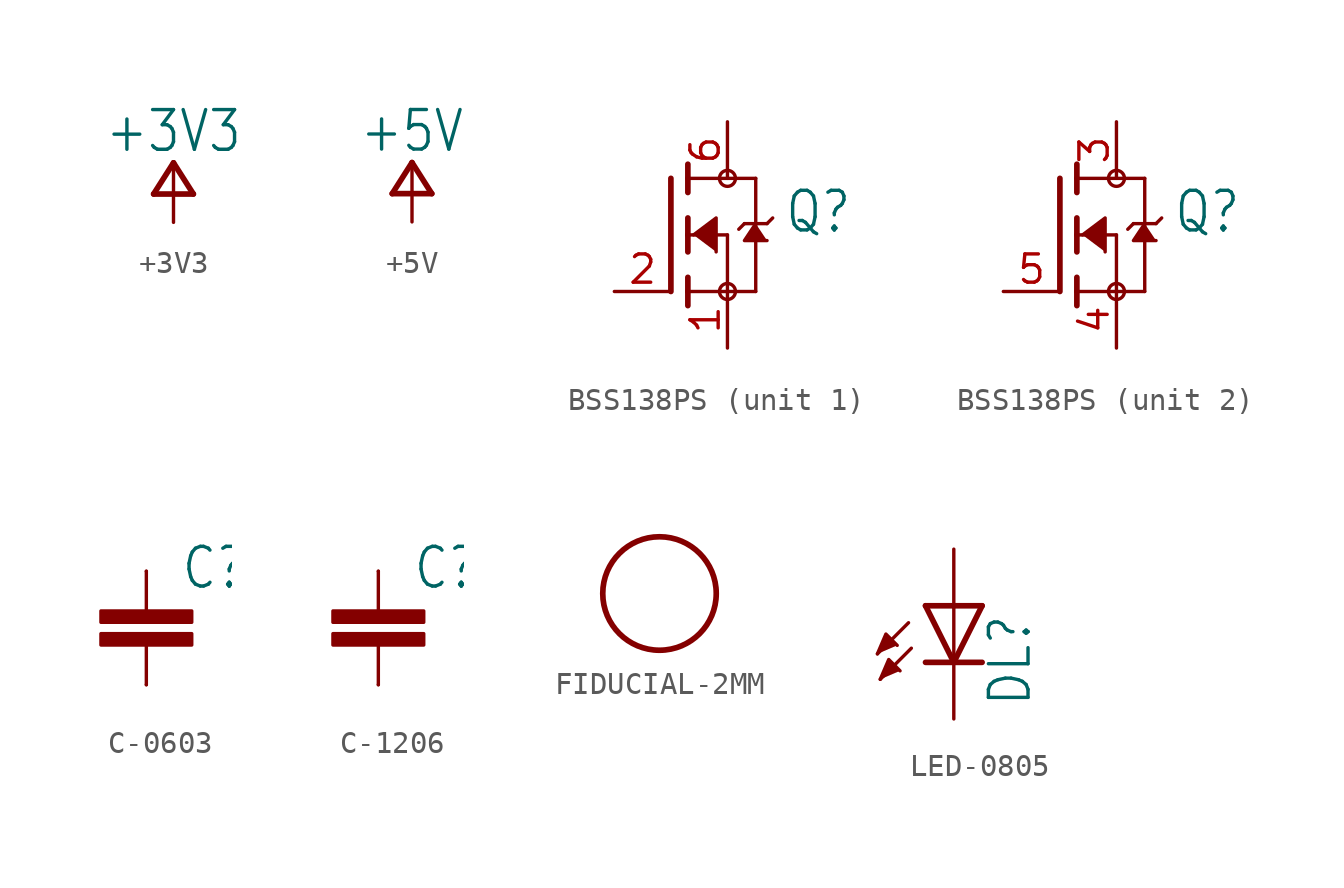
<source format=kicad_sym>
(kicad_symbol_lib
  (version 20220914)
  (generator kicad_symbol_editor)
  (symbol "+3V3"
    (power)
    (property "Reference" "#+3V3"
      (at 0 0 0)
      (effects (font (size 1.27 1.27)) hide))
    (property "Value" "+3V3"
      (at 0 0.508 0)
      (effects (font (size 1.778 1.511)) (justify bottom)))
    (property "ki_locked" ""
      (at 0 0 0)
      (effects (font (size 1.27 1.27))))
    (symbol "+3V3_1_0"
      (polyline (pts (xy -0.889 -1.27) (xy 0.889 -1.27)) (stroke (width 0.254) (type solid)) (fill (type none)))
      (polyline (pts (xy 0 0.127) (xy -0.889 -1.27)) (stroke (width 0.254) (type solid)) (fill (type none)))
      (polyline (pts (xy 0.889 -1.27) (xy 0 0.127)) (stroke (width 0.254) (type solid)) (fill (type none)))
      (pin power_in line (at 0 -2.54 90) (length 2.54) (name "+3V3" (effects (font (size 0 0)))) (number "1" (effects (font (size 0 0)))))))
  (symbol "+5V"
    (power)
    (property "Reference" "#P+"
      (at 0 0 0)
      (effects (font (size 1.27 1.27)) hide))
    (property "Value" "+5V"
      (at 0 0.508 0)
      (effects (font (size 1.778 1.511)) (justify bottom)))
    (property "ki_locked" ""
      (at 0 0 0)
      (effects (font (size 1.27 1.27))))
    (symbol "+5V_1_0"
      (polyline (pts (xy -0.889 -1.27) (xy 0.889 -1.27)) (stroke (width 0.254) (type solid)) (fill (type none)))
      (polyline (pts (xy 0 0.127) (xy -0.889 -1.27)) (stroke (width 0.254) (type solid)) (fill (type none)))
      (polyline (pts (xy 0.889 -1.27) (xy 0 0.127)) (stroke (width 0.254) (type solid)) (fill (type none)))
      (pin power_in line (at 0 -2.54 90) (length 2.54) (name "+5V" (effects (font (size 0 0)))) (number "1" (effects (font (size 0 0)))))))
  (symbol "BSS138PS"
    (property "Reference" "Q"
      (at 2.54 0 0)
      (effects (font (size 1.778 1.511)) (justify left bottom)))
    (property "Value" ""
      (at 2.54 -2.54 0)
      (effects (font (size 1.778 1.511)) (justify left bottom)))
    (property "ki_locked" ""
      (at 0 0 0)
      (effects (font (size 1.27 1.27))))
    (symbol "BSS138PS_1_0"
      (circle (center 0 -2.54) (radius 0.359) (stroke (width 0) (type solid)) (fill (type none)))
      (polyline (pts (xy -2.54 2.54) (xy -2.54 -2.54)) (stroke (width 0.254) (type solid)) (fill (type none)))
      (polyline (pts (xy -1.778 -2.54) (xy -1.778 -3.175)) (stroke (width 0.254) (type solid)) (fill (type none)))
      (polyline (pts (xy -1.778 -1.905) (xy -1.778 -2.54)) (stroke (width 0.254) (type solid)) (fill (type none)))
      (polyline (pts (xy -1.778 0) (xy -1.778 -0.762)) (stroke (width 0.254) (type solid)) (fill (type none)))
      (polyline (pts (xy -1.778 0) (xy 0 0)) (stroke (width 0.152) (type solid)) (fill (type none)))
      (polyline (pts (xy -1.778 0.762) (xy -1.778 0)) (stroke (width 0.254) (type solid)) (fill (type none)))
      (polyline (pts (xy -1.778 2.54) (xy -1.778 1.905)) (stroke (width 0.254) (type solid)) (fill (type none)))
      (polyline (pts (xy -1.778 2.54) (xy 1.27 2.54)) (stroke (width 0.152) (type solid)) (fill (type none)))
      (polyline (pts (xy -1.778 3.175) (xy -1.778 2.54)) (stroke (width 0.254) (type solid)) (fill (type none)))
      (polyline (pts (xy 0 -2.54) (xy -1.778 -2.54)) (stroke (width 0.152) (type solid)) (fill (type none)))
      (polyline (pts (xy 0 -2.54) (xy 1.27 -2.54)) (stroke (width 0.152) (type solid)) (fill (type none)))
      (polyline (pts (xy 0 0) (xy 0 -2.54)) (stroke (width 0.152) (type solid)) (fill (type none)))
      (polyline (pts (xy 0.762 0.508) (xy 0.508 0.254)) (stroke (width 0.152) (type solid)) (fill (type none)))
      (polyline (pts (xy 1.27 0.508) (xy 0.762 0.508)) (stroke (width 0.152) (type solid)) (fill (type none)))
      (polyline (pts (xy 1.27 0.508) (xy 1.27 -2.54)) (stroke (width 0.152) (type solid)) (fill (type none)))
      (polyline (pts (xy 1.27 2.54) (xy 1.27 0.508)) (stroke (width 0.152) (type solid)) (fill (type none)))
      (polyline (pts (xy 1.778 0.508) (xy 1.27 0.508)) (stroke (width 0.152) (type solid)) (fill (type none)))
      (polyline (pts (xy 2.032 0.762) (xy 1.778 0.508)) (stroke (width 0.152) (type solid)) (fill (type none)))
      (polyline (pts (xy -1.524 0) (xy -0.508 0.762) (xy -0.508 -0.762)) (stroke (width 0.152) (type solid)) (fill (type outline)))
      (polyline (pts (xy 1.27 0.508) (xy 0.762 -0.254) (xy 1.778 -0.254)) (stroke (width 0.152) (type solid)) (fill (type outline)))
      (circle (center 0 2.54) (radius 0.359) (stroke (width 0) (type solid)) (fill (type none)))
      (pin passive line (at 0 -5.08 90) (length 2.54) (name "S" (effects (font (size 0 0)))) (number "1" (effects (font (size 1.27 1.27)))))
      (pin passive line (at -5.08 -2.54 0) (length 2.54) (name "G" (effects (font (size 0 0)))) (number "2" (effects (font (size 1.27 1.27)))))
      (pin passive line (at 0 5.08 270) (length 2.54) (name "D" (effects (font (size 0 0)))) (number "6" (effects (font (size 1.27 1.27))))))
    (symbol "BSS138PS_2_0"
      (circle (center 0 -2.54) (radius 0.359) (stroke (width 0) (type solid)) (fill (type none)))
      (polyline (pts (xy -2.54 2.54) (xy -2.54 -2.54)) (stroke (width 0.254) (type solid)) (fill (type none)))
      (polyline (pts (xy -1.778 -2.54) (xy -1.778 -3.175)) (stroke (width 0.254) (type solid)) (fill (type none)))
      (polyline (pts (xy -1.778 -1.905) (xy -1.778 -2.54)) (stroke (width 0.254) (type solid)) (fill (type none)))
      (polyline (pts (xy -1.778 0) (xy -1.778 -0.762)) (stroke (width 0.254) (type solid)) (fill (type none)))
      (polyline (pts (xy -1.778 0) (xy 0 0)) (stroke (width 0.152) (type solid)) (fill (type none)))
      (polyline (pts (xy -1.778 0.762) (xy -1.778 0)) (stroke (width 0.254) (type solid)) (fill (type none)))
      (polyline (pts (xy -1.778 2.54) (xy -1.778 1.905)) (stroke (width 0.254) (type solid)) (fill (type none)))
      (polyline (pts (xy -1.778 2.54) (xy 1.27 2.54)) (stroke (width 0.152) (type solid)) (fill (type none)))
      (polyline (pts (xy -1.778 3.175) (xy -1.778 2.54)) (stroke (width 0.254) (type solid)) (fill (type none)))
      (polyline (pts (xy 0 -2.54) (xy -1.778 -2.54)) (stroke (width 0.152) (type solid)) (fill (type none)))
      (polyline (pts (xy 0 -2.54) (xy 1.27 -2.54)) (stroke (width 0.152) (type solid)) (fill (type none)))
      (polyline (pts (xy 0 0) (xy 0 -2.54)) (stroke (width 0.152) (type solid)) (fill (type none)))
      (polyline (pts (xy 0.762 0.508) (xy 0.508 0.254)) (stroke (width 0.152) (type solid)) (fill (type none)))
      (polyline (pts (xy 1.27 0.508) (xy 0.762 0.508)) (stroke (width 0.152) (type solid)) (fill (type none)))
      (polyline (pts (xy 1.27 0.508) (xy 1.27 -2.54)) (stroke (width 0.152) (type solid)) (fill (type none)))
      (polyline (pts (xy 1.27 2.54) (xy 1.27 0.508)) (stroke (width 0.152) (type solid)) (fill (type none)))
      (polyline (pts (xy 1.778 0.508) (xy 1.27 0.508)) (stroke (width 0.152) (type solid)) (fill (type none)))
      (polyline (pts (xy 2.032 0.762) (xy 1.778 0.508)) (stroke (width 0.152) (type solid)) (fill (type none)))
      (polyline (pts (xy -1.524 0) (xy -0.508 0.762) (xy -0.508 -0.762)) (stroke (width 0.152) (type solid)) (fill (type outline)))
      (polyline (pts (xy 1.27 0.508) (xy 0.762 -0.254) (xy 1.778 -0.254)) (stroke (width 0.152) (type solid)) (fill (type outline)))
      (circle (center 0 2.54) (radius 0.359) (stroke (width 0) (type solid)) (fill (type none)))
      (pin passive line (at 0 5.08 270) (length 2.54) (name "D" (effects (font (size 0 0)))) (number "3" (effects (font (size 1.27 1.27)))))
      (pin passive line (at 0 -5.08 90) (length 2.54) (name "S" (effects (font (size 0 0)))) (number "4" (effects (font (size 1.27 1.27)))))
      (pin passive line (at -5.08 -2.54 0) (length 2.54) (name "G" (effects (font (size 0 0)))) (number "5" (effects (font (size 1.27 1.27)))))))
  (symbol "C-0603"
    (property "Reference" "C"
      (at 1.524 1.651 0)
      (effects (font (size 1.778 1.511)) (justify left bottom)))
    (property "Value" ""
      (at 1.524 -3.429 0)
      (effects (font (size 1.778 1.511)) (justify left bottom)))
    (property "ki_locked" ""
      (at 0 0 0)
      (effects (font (size 1.27 1.27))))
    (symbol "C-0603_1_0"
      (rectangle (start -2.032 -0.762) (end 2.032 -0.254) (stroke (width 0) (type default)) (fill (type outline)))
      (rectangle (start -2.032 0.254) (end 2.032 0.762) (stroke (width 0) (type default)) (fill (type outline)))
      (polyline (pts (xy 0 -2.54) (xy 0 -0.762)) (stroke (width 0.152) (type solid)) (fill (type none)))
      (polyline (pts (xy 0 2.54) (xy 0 0.762)) (stroke (width 0.152) (type solid)) (fill (type none)))
      (pin passive line (at 0 2.54 270) (length 0) (name "1" (effects (font (size 0 0)))) (number "1" (effects (font (size 0 0)))))
      (pin passive line (at 0 -2.54 90) (length 0) (name "2" (effects (font (size 0 0)))) (number "2" (effects (font (size 0 0)))))))
  (symbol "C-1206"
    (property "Reference" "C"
      (at 1.524 1.651 0)
      (effects (font (size 1.778 1.511)) (justify left bottom)))
    (property "Value" ""
      (at 1.524 -3.429 0)
      (effects (font (size 1.778 1.511)) (justify left bottom)))
    (property "ki_locked" ""
      (at 0 0 0)
      (effects (font (size 1.27 1.27))))
    (symbol "C-1206_1_0"
      (rectangle (start -2.032 -0.762) (end 2.032 -0.254) (stroke (width 0) (type default)) (fill (type outline)))
      (rectangle (start -2.032 0.254) (end 2.032 0.762) (stroke (width 0) (type default)) (fill (type outline)))
      (polyline (pts (xy 0 -2.54) (xy 0 -0.762)) (stroke (width 0.152) (type solid)) (fill (type none)))
      (polyline (pts (xy 0 2.54) (xy 0 0.762)) (stroke (width 0.152) (type solid)) (fill (type none)))
      (pin passive line (at 0 2.54 270) (length 0) (name "1" (effects (font (size 0 0)))) (number "1" (effects (font (size 0 0)))))
      (pin passive line (at 0 -2.54 90) (length 0) (name "2" (effects (font (size 0 0)))) (number "2" (effects (font (size 0 0)))))))
  (symbol "FIDUCIAL-2MM"
    (property "Reference" "FD"
      (at 0 0 0)
      (effects (font (size 1.27 1.27)) hide))
    (property "ki_locked" ""
      (at 0 0 0)
      (effects (font (size 1.27 1.27))))
    (symbol "FIDUCIAL-2MM_1_0"
      (circle (center 0 0) (radius 2.54) (stroke (width 0.254) (type solid)) (fill (type none)))))
  (symbol "LED-0805"
    (property "Reference" "DL"
      (at 3.556 -4.572 90)
      (effects (font (size 1.778 1.511)) (justify left bottom)))
    (property "Value" ""
      (at 5.715 -4.572 90)
      (effects (font (size 1.778 1.511)) (justify left bottom)))
    (property "ki_locked" ""
      (at 0 0 0)
      (effects (font (size 1.27 1.27))))
    (symbol "LED-0805_1_0"
      (polyline (pts (xy -2.032 -0.762) (xy -3.429 -2.159)) (stroke (width 0.152) (type solid)) (fill (type none)))
      (polyline (pts (xy -1.905 -1.905) (xy -3.302 -3.302)) (stroke (width 0.152) (type solid)) (fill (type none)))
      (polyline (pts (xy 0 -2.54) (xy -1.27 -2.54)) (stroke (width 0.254) (type solid)) (fill (type none)))
      (polyline (pts (xy 0 -2.54) (xy -1.27 0)) (stroke (width 0.254) (type solid)) (fill (type none)))
      (polyline (pts (xy 0 0) (xy -1.27 0)) (stroke (width 0.254) (type solid)) (fill (type none)))
      (polyline (pts (xy 0 0) (xy 0 -2.54)) (stroke (width 0.152) (type solid)) (fill (type none)))
      (polyline (pts (xy 1.27 -2.54) (xy 0 -2.54)) (stroke (width 0.254) (type solid)) (fill (type none)))
      (polyline (pts (xy 1.27 0) (xy 0 -2.54)) (stroke (width 0.254) (type solid)) (fill (type none)))
      (polyline (pts (xy 1.27 0) (xy 0 0)) (stroke (width 0.254) (type solid)) (fill (type none)))
      (polyline (pts (xy -3.429 -2.159) (xy -3.048 -1.27) (xy -2.54 -1.778)) (stroke (width 0.152) (type solid)) (fill (type outline)))
      (polyline (pts (xy -3.302 -3.302) (xy -2.921 -2.413) (xy -2.413 -2.921)) (stroke (width 0.152) (type solid)) (fill (type outline)))
      (pin passive line (at 0 2.54 270) (length 2.54) (name "A" (effects (font (size 0 0)))) (number "A" (effects (font (size 0 0)))))
      (pin passive line (at 0 -5.08 90) (length 2.54) (name "C" (effects (font (size 0 0)))) (number "C" (effects (font (size 0 0))))))))
</source>
